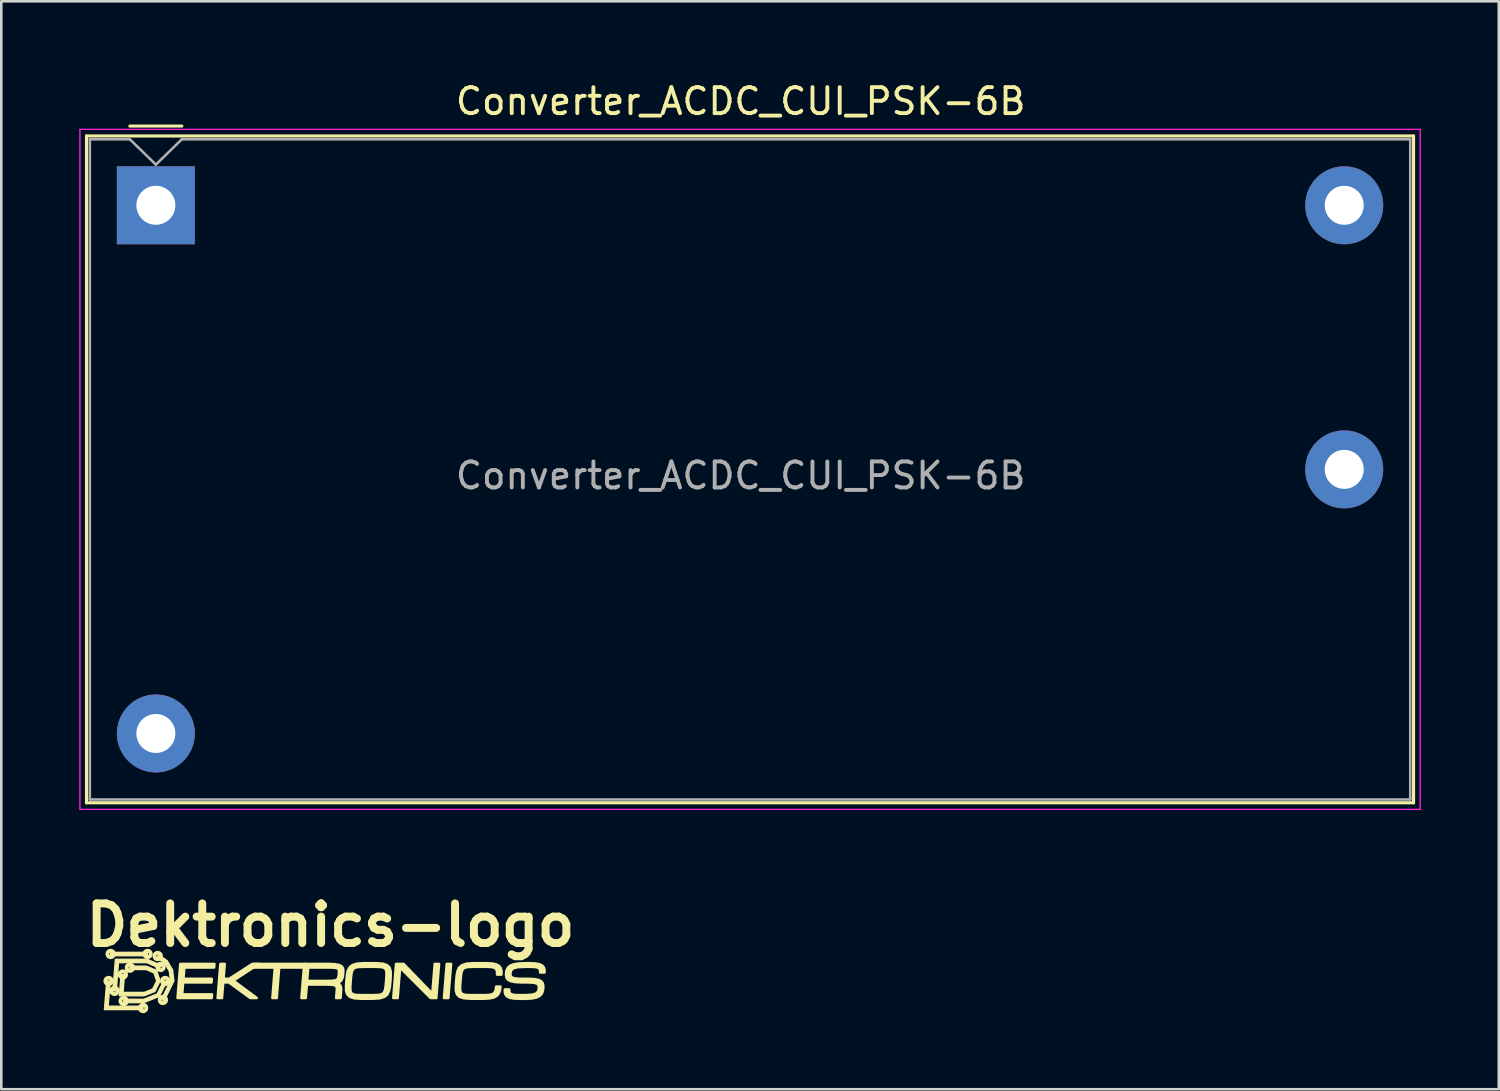
<source format=kicad_pcb>
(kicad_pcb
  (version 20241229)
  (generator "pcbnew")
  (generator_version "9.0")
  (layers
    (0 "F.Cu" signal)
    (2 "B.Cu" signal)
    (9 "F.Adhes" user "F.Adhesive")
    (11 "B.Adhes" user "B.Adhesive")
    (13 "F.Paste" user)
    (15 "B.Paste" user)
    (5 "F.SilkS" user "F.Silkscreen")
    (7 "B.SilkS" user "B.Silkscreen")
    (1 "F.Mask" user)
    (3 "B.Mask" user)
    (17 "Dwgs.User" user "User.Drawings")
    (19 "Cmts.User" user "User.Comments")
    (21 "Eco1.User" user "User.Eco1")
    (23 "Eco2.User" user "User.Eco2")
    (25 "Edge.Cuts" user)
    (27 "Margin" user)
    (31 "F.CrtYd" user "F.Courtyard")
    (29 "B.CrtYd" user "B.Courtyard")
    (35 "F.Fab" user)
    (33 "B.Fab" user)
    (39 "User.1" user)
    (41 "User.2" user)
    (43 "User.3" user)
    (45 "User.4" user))
  (footprint "Converter_ACDC_CUI_PSK-6B"
    (layer "F.Cu")
    (at 2.946 4.848)
    (property "Reference" "Converter_ACDC_CUI_PSK-6B" (at 22.5 -4 0) (layer "F.SilkS") (effects (font (size 1 1) (thickness 0.15))))
    (attr through_hole)
    (fp_line (start -2.667 -2.667) (end -2.667 22.987) (stroke (width 0.12) (type solid)) (layer "F.SilkS"))
    (fp_line (start -2.667 -2.667) (end 48.387 -2.667) (stroke (width 0.12) (type solid)) (layer "F.SilkS"))
    (fp_line (start -2.667 22.987) (end 48.387 22.987) (stroke (width 0.12) (type solid)) (layer "F.SilkS"))
    (fp_line (start 1 -3.048) (end -1 -3.048) (stroke (width 0.12) (type solid)) (layer "F.SilkS"))
    (fp_line (start 48.387 -2.667) (end 48.387 22.987) (stroke (width 0.12) (type solid)) (layer "F.SilkS"))
    (fp_line (start -2.921 -2.921) (end -2.921 23.241) (stroke (width 0.05) (type solid)) (layer "F.CrtYd"))
    (fp_line (start -2.921 -2.921) (end 48.641 -2.921) (stroke (width 0.05) (type solid)) (layer "F.CrtYd"))
    (fp_line (start -2.921 23.241) (end 48.641 23.241) (stroke (width 0.05) (type solid)) (layer "F.CrtYd"))
    (fp_line (start 48.641 -2.921) (end 48.641 23.241) (stroke (width 0.05) (type solid)) (layer "F.CrtYd"))
    (fp_line (start -2.54 -2.54) (end -2.54 22.86) (stroke (width 0.1) (type solid)) (layer "F.Fab"))
    (fp_line (start -2.54 22.86) (end 48.26 22.86) (stroke (width 0.1) (type solid)) (layer "F.Fab"))
    (fp_line (start -1 -2.54) (end -2.54 -2.54) (stroke (width 0.1) (type solid)) (layer "F.Fab"))
    (fp_line (start 0 -1.565) (end -1 -2.54) (stroke (width 0.1) (type solid)) (layer "F.Fab"))
    (fp_line (start 1 -2.54) (end 0 -1.565) (stroke (width 0.1) (type solid)) (layer "F.Fab"))
    (fp_line (start 48.26 -2.54) (end 1 -2.54) (stroke (width 0.1) (type solid)) (layer "F.Fab"))
    (fp_line (start 48.26 -2.54) (end 48.26 22.86) (stroke (width 0.1) (type solid)) (layer "F.Fab"))
    (fp_text user "${REFERENCE}" (at 22.5 10.4 0) (layer "F.Fab") (effects (font (size 1 1) (thickness 0.15))))
    (pad "1" thru_hole rect (at 0 0) (size 3 3) (drill 1.5) (layers "*.Cu" "*.Mask"))
    (pad "2" thru_hole circle (at 0 20.32) (size 3 3) (drill 1.5) (layers "*.Cu" "*.Mask"))
    (pad "3" thru_hole circle (at 45.72 0) (size 3 3) (drill 1.5) (layers "*.Cu" "*.Mask"))
    (pad "4" thru_hole circle (at 45.72 10.16) (size 3 3) (drill 1.5) (layers "*.Cu" "*.Mask")))
  (footprint "Dektronics-logo"
    (layer "F.Cu")
    (at 9.667 34.541)
    (property "Reference" "Dektronics-logo" (at 0 -2 0) (layer "F.SilkS") (effects (font (size 1.524 1.524) (thickness 0.305))))
    (attr exclude_from_pos_files exclude_from_bom)
    (fp_circle (center -8.54 0.15) (end -8.49 0.15) (stroke (width 0.15) (type solid)) (fill no) (layer "F.SilkS"))
    (fp_circle (center -8.46 -0.89) (end -8.41 -0.89) (stroke (width 0.15) (type solid)) (fill no) (layer "F.SilkS"))
    (fp_circle (center -8.31 0.53) (end -8.26 0.53) (stroke (width 0.15) (type solid)) (fill no) (layer "F.SilkS"))
    (fp_circle (center -7.99 -0.1) (end -7.94 -0.1) (stroke (width 0.15) (type solid)) (fill no) (layer "F.SilkS"))
    (fp_circle (center -7.96 0.92) (end -7.91 0.92) (stroke (width 0.15) (type solid)) (fill no) (layer "F.SilkS"))
    (fp_circle (center -7.72 -0.36) (end -7.67 -0.36) (stroke (width 0.15) (type solid)) (fill no) (layer "F.SilkS"))
    (fp_circle (center -7.21 1.19) (end -7.16 1.19) (stroke (width 0.15) (type solid)) (fill no) (layer "F.SilkS"))
    (fp_circle (center -7.04 -0.89) (end -6.99 -0.89) (stroke (width 0.15) (type solid)) (fill no) (layer "F.SilkS"))
    (fp_circle (center -6.65 -0.81) (end -6.6 -0.81) (stroke (width 0.15) (type solid)) (fill no) (layer "F.SilkS"))
    (fp_circle (center -6.54 -0.39) (end -6.49 -0.39) (stroke (width 0.15) (type solid)) (fill no) (layer "F.SilkS"))
    (fp_circle (center -6.45 0.88) (end -6.4 0.88) (stroke (width 0.15) (type solid)) (fill no) (layer "F.SilkS"))
    (fp_circle (center -6.36 0.15) (end -6.31 0.15) (stroke (width 0.15) (type solid)) (fill no) (layer "F.SilkS"))
    (fp_poly (pts (xy -8.456 -0.953) (xy -8.466 -0.82) (xy -7.05 -0.82) (xy -7.039 -0.953) (xy -8.456 -0.953)) (stroke (width 0.05) (type solid)) (fill yes) (layer "F.SilkS"))
    (fp_poly (pts (xy -2.137 -0.423) (xy -2.236 0.804) (xy -2.072 0.804) (xy -1.973 -0.423) (xy -2.137 -0.423)) (stroke (width 0.1) (type solid)) (fill yes) (layer "F.SilkS"))
    (fp_poly (pts (xy 4.471 -0.505) (xy 4.635 -0.505) (xy 4.529 0.804) (xy 4.366 0.804) (xy 4.471 -0.505)) (stroke (width 0.1) (type solid)) (fill yes) (layer "F.SilkS"))
    (fp_poly (pts (xy -8.611 0.149) (xy -8.7 1.252) (xy -7.217 1.252) (xy -7.206 1.119) (xy -8.556 1.119) (xy -8.478 0.149) (xy -8.611 0.149)) (stroke (width 0.05) (type solid)) (fill yes) (layer "F.SilkS"))
    (fp_poly (pts (xy -2.928 -0.505) (xy -3.099 -0.369) (xy -2.141 -0.369) (xy -1.977 -0.369) (xy -1.003 -0.369) (xy -0.992 -0.505) (xy -2.928 -0.505)) (stroke (width 0.1) (type solid)) (fill yes) (layer "F.SilkS"))
    (fp_poly (pts (xy -6.424 0.149) (xy -6.67 0.647) (xy -7.185 0.853) (xy -7.951 0.853) (xy -7.962 0.986) (xy -7.196 0.986) (xy -6.584 0.741) (xy -6.291 0.149) (xy -6.424 0.149)) (stroke (width 0.05) (type solid)) (fill yes) (layer "F.SilkS"))
    (fp_poly (pts (xy -8.278 -0.687) (xy -8.345 0.149) (xy -8.377 0.534) (xy -8.244 0.534) (xy -8.213 0.149) (xy -8.156 -0.554) (xy -7.071 -0.554) (xy -6.59 -0.349) (xy -6.488 -0.443) (xy -7.06 -0.687) (xy -8.278 -0.687)) (stroke (width 0.05) (type solid)) (fill yes) (layer "F.SilkS"))
    (fp_poly (pts (xy -6.616 -0.866) (xy -6.678 -0.744) (xy -6.386 -0.537) (xy -6.204 -0.229) (xy -6.159 0.149) (xy -6.497 0.835) (xy -6.411 0.929) (xy -6.026 0.149) (xy -6.078 -0.28) (xy -6.285 -0.631) (xy -6.616 -0.866)) (stroke (width 0.05) (type solid)) (fill yes) (layer "F.SilkS"))
    (fp_poly (pts (xy 2.58 0.804) (xy 2.416 0.804) (xy 2.522 -0.505) (xy 2.809 -0.505) (xy 3.917 0.64) (xy 4.009 -0.505) (xy 4.173 -0.505) (xy 4.067 0.804) (xy 3.849 0.804) (xy 2.675 -0.369) (xy 2.58 0.804)) (stroke (width 0.1) (type solid)) (fill yes) (layer "F.SilkS"))
    (fp_poly (pts (xy -5.885 0.804) (xy -5.779 -0.505) (xy -4.47 -0.505) (xy -4.481 -0.369) (xy -5.626 -0.369) (xy -5.661 0.068) (xy -4.57 0.068) (xy -4.581 0.204) (xy -5.672 0.204) (xy -5.71 0.668) (xy -4.564 0.668) (xy -4.575 0.804) (xy -5.885 0.804)) (stroke (width 0.1) (type solid)) (fill yes) (layer "F.SilkS"))
    (fp_poly (pts (xy -3.009 -0.505) (xy -2.763 -0.505) (xy -3.742 0.136) (xy -2.842 0.804) (xy -3.087 0.804) (xy -3.911 0.204) (xy -4.13 0.204) (xy -4.178 0.804) (xy -4.342 0.804) (xy -4.236 -0.505) (xy -4.072 -0.505) (xy -4.119 0.068) (xy -3.9 0.068) (xy -3.009 -0.505)) (stroke (width 0.1) (type solid)) (fill yes) (layer "F.SilkS"))
    (fp_poly (pts (xy -7.715 -0.421) (xy -7.726 -0.289) (xy -7.093 -0.289) (xy -6.793 -0.161) (xy -6.69 0.149) (xy -6.843 0.459) (xy -7.163 0.588) (xy -7.982 0.588) (xy -7.947 0.149) (xy -7.927 -0.103) (xy -8.06 -0.103) (xy -8.08 0.149) (xy -8.126 0.72) (xy -7.174 0.72) (xy -6.757 0.553) (xy -6.557 0.149) (xy -6.691 -0.255) (xy -7.082 -0.421) (xy -7.715 -0.421)) (stroke (width 0.05) (type solid)) (fill yes) (layer "F.SilkS"))
    (fp_poly (pts (xy 0.382 0.804) (xy 0.218 0.804) (xy 0.238 0.559) (xy 0.244 0.456) (xy 0.235 0.382) (xy 0.201 0.333) (xy 0.128 0.304) (xy 0.006 0.29) (xy -0.177 0.286) (xy -0.902 0.149) (xy -0.139 0.149) (xy 0.045 0.146) (xy 0.17 0.132) (xy 0.247 0.103) (xy 0.289 0.053) (xy 0.31 -0.02) (xy 0.321 -0.123) (xy 0.326 -0.219) (xy 0.317 -0.286) (xy 0.282 -0.33) (xy 0.209 -0.354) (xy 0.086 -0.366) (xy -0.097 -0.369) (xy -0.86 -0.369) (xy -0.902 0.149) (xy -0.177 0.286) (xy -0.913 0.286) (xy -0.955 0.804) (xy -1.118 0.804) (xy -1.013 -0.505) (xy -0.086 -0.505) (xy 0.165 -0.494) (xy 0.333 -0.463) (xy 0.431 -0.41) (xy 0.478 -0.336) (xy 0.49 -0.24) (xy 0.484 -0.123) (xy 0.461 0.021) (xy 0.414 0.126) (xy 0.336 0.195) (xy 0.22 0.231) (xy 0.326 0.267) (xy 0.383 0.334) (xy 0.405 0.431) (xy 0.402 0.559) (xy 0.382 0.804)) (stroke (width 0.1) (type solid)) (fill yes) (layer "F.SilkS"))
    (fp_poly (pts (xy 6.41 -0.096) (xy 6.401 -0.258) (xy 6.335 -0.348) (xy 6.203 -0.388) (xy 5.999 -0.396) (xy 5.478 -0.396) (xy 5.293 -0.389) (xy 5.168 -0.364) (xy 5.089 -0.308) (xy 5.043 -0.21) (xy 5.017 -0.061) (xy 4.998 0.149) (xy 4.983 0.361) (xy 4.985 0.509) (xy 5.015 0.606) (xy 5.086 0.663) (xy 5.206 0.689) (xy 5.39 0.695) (xy 5.911 0.695) (xy 6.076 0.69) (xy 6.195 0.671) (xy 6.276 0.633) (xy 6.327 0.574) (xy 6.357 0.487) (xy 6.373 0.367) (xy 6.536 0.367) (xy 6.514 0.516) (xy 6.468 0.633) (xy 6.392 0.722) (xy 6.277 0.784) (xy 6.115 0.819) (xy 5.9 0.831) (xy 5.379 0.831) (xy 5.127 0.812) (xy 4.963 0.758) (xy 4.867 0.664) (xy 4.825 0.532) (xy 4.82 0.361) (xy 4.834 0.149) (xy 4.854 -0.062) (xy 4.887 -0.233) (xy 4.95 -0.366) (xy 5.061 -0.458) (xy 5.234 -0.514) (xy 5.489 -0.533) (xy 6.01 -0.533) (xy 6.224 -0.521) (xy 6.379 -0.486) (xy 6.485 -0.427) (xy 6.547 -0.343) (xy 6.575 -0.233) (xy 6.574 -0.096) (xy 6.41 -0.096)) (stroke (width 0.1) (type solid)) (fill yes) (layer "F.SilkS"))
    (fp_poly (pts (xy 1.758 -0.533) (xy 1.747 -0.396) (xy 1.254 -0.396) (xy 1.07 -0.389) (xy 0.945 -0.364) (xy 0.865 -0.307) (xy 0.819 -0.21) (xy 0.793 -0.061) (xy 0.775 0.149) (xy 0.759 0.361) (xy 0.762 0.509) (xy 0.791 0.606) (xy 0.862 0.663) (xy 0.983 0.689) (xy 1.166 0.695) (xy 1.659 0.695) (xy 1.842 0.689) (xy 1.968 0.663) (xy 2.047 0.606) (xy 2.093 0.509) (xy 2.119 0.361) (xy 2.139 0.149) (xy 2.153 -0.061) (xy 2.151 -0.21) (xy 2.121 -0.307) (xy 2.05 -0.364) (xy 1.93 -0.389) (xy 1.747 -0.396) (xy 1.758 -0.533) (xy 2.009 -0.514) (xy 2.174 -0.458) (xy 2.269 -0.365) (xy 2.31 -0.233) (xy 2.316 -0.062) (xy 2.302 0.149) (xy 2.282 0.361) (xy 2.248 0.532) (xy 2.186 0.664) (xy 2.076 0.758) (xy 1.902 0.813) (xy 1.648 0.831) (xy 1.155 0.831) (xy 0.904 0.813) (xy 0.739 0.758) (xy 0.644 0.664) (xy 0.601 0.532) (xy 0.596 0.361) (xy 0.611 0.149) (xy 0.631 -0.062) (xy 0.663 -0.233) (xy 0.727 -0.365) (xy 0.837 -0.458) (xy 1.011 -0.514) (xy 1.265 -0.533) (xy 1.758 -0.533)) (stroke (width 0.1) (type solid)) (fill yes) (layer "F.SilkS"))
    (fp_poly (pts (xy 7.618 0.068) (xy 7.848 0.079) (xy 8.007 0.112) (xy 8.109 0.166) (xy 8.163 0.24) (xy 8.183 0.332) (xy 8.181 0.443) (xy 8.161 0.555) (xy 8.116 0.651) (xy 8.035 0.728) (xy 7.911 0.786) (xy 7.733 0.822) (xy 7.495 0.835) (xy 7.276 0.835) (xy 7.062 0.825) (xy 6.906 0.797) (xy 6.8 0.749) (xy 6.736 0.68) (xy 6.707 0.589) (xy 6.706 0.477) (xy 6.87 0.477) (xy 6.882 0.597) (xy 6.95 0.663) (xy 7.082 0.69) (xy 7.288 0.695) (xy 7.506 0.695) (xy 7.745 0.681) (xy 7.899 0.638) (xy 7.985 0.56) (xy 8.017 0.443) (xy 8.01 0.328) (xy 7.954 0.254) (xy 7.827 0.216) (xy 7.607 0.204) (xy 7.382 0.204) (xy 7.125 0.193) (xy 6.949 0.161) (xy 6.837 0.109) (xy 6.776 0.038) (xy 6.755 -0.051) (xy 6.756 -0.157) (xy 6.776 -0.268) (xy 6.823 -0.36) (xy 6.908 -0.435) (xy 7.041 -0.488) (xy 7.234 -0.521) (xy 7.496 -0.533) (xy 7.66 -0.533) (xy 7.874 -0.523) (xy 8.03 -0.495) (xy 8.136 -0.447) (xy 8.2 -0.379) (xy 8.23 -0.29) (xy 8.231 -0.178) (xy 8.067 -0.178) (xy 8.055 -0.298) (xy 7.987 -0.363) (xy 7.854 -0.39) (xy 7.649 -0.396) (xy 7.485 -0.396) (xy 7.215 -0.384) (xy 7.045 -0.346) (xy 6.953 -0.272) (xy 6.92 -0.157) (xy 6.92 -0.082) (xy 6.939 -0.023) (xy 6.988 0.019) (xy 7.073 0.047) (xy 7.205 0.063) (xy 7.393 0.068) (xy 7.618 0.068)) (stroke (width 0.1) (type solid)) (fill yes) (layer "F.SilkS")))
  (gr_rect
    (start -3 -3)
    (end 54.612 38.856)
    (stroke (width 0.1) (type default))
    (fill no)
    (layer "Edge.Cuts")))
</source>
